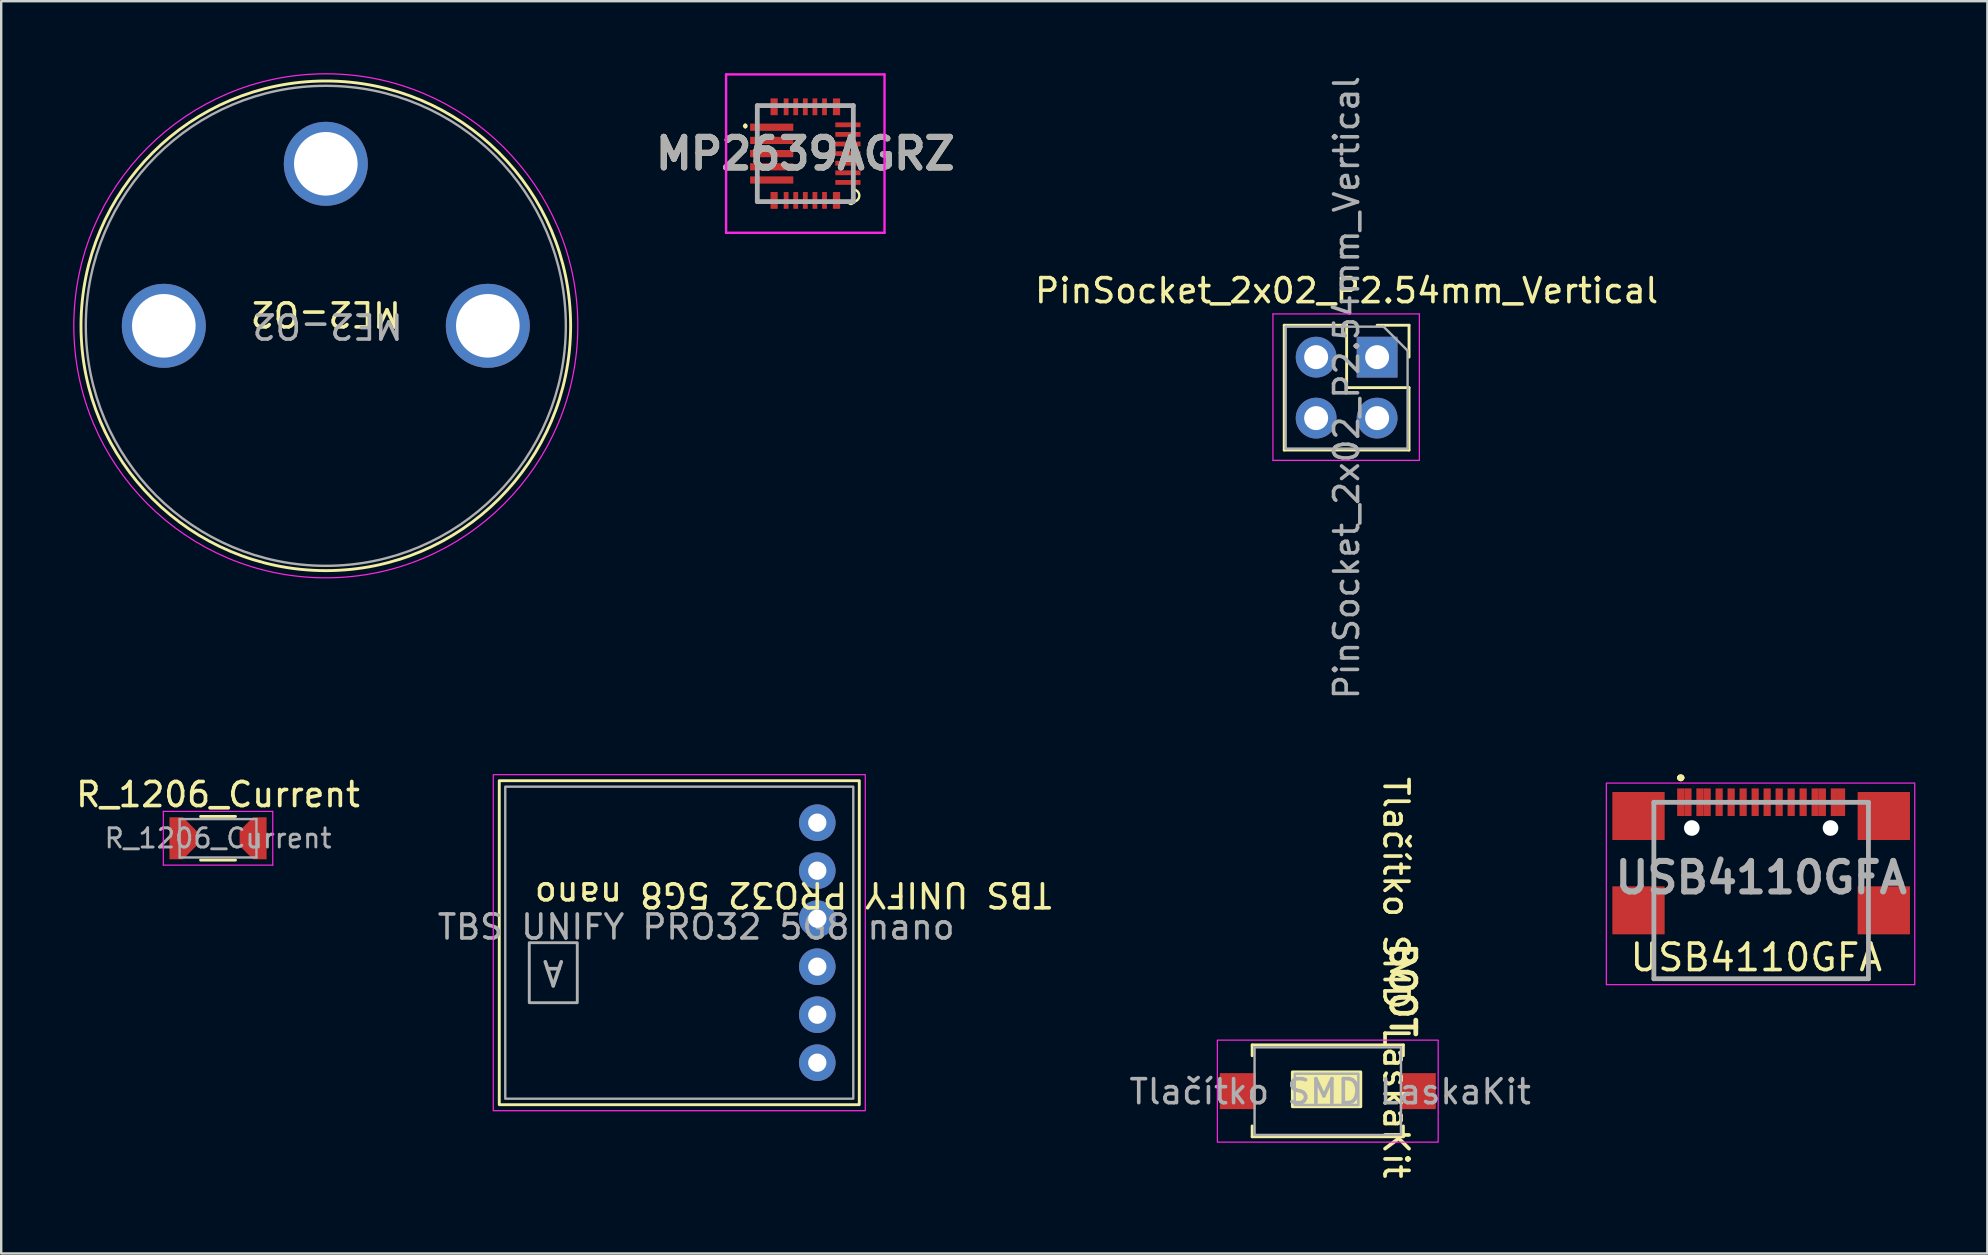
<source format=kicad_pcb>
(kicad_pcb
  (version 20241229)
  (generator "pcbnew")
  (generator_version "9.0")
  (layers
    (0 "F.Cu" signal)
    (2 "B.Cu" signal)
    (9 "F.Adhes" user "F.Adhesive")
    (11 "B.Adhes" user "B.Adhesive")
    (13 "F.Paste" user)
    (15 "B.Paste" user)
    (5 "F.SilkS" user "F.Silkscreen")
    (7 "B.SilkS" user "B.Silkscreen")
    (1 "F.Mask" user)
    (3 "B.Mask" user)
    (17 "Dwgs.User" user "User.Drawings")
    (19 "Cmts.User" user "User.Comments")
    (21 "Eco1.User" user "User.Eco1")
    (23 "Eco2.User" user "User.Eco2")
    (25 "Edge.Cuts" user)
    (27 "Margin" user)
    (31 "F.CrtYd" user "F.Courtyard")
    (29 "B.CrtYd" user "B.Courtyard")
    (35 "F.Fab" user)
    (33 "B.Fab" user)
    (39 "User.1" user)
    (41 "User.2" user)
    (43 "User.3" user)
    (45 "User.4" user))
  (footprint "USB4110GFA"
    (layer "F.Cu")
    (at 70.328 34.052)
    (property "Reference" "USB4110GFA" (at -0.203 2.791 0) (layer "F.SilkS") (effects (font (size 1.1 1.1) (thickness 0.153))))
    (attr through_hole)
    (fp_line (start -4.5 -1.5) (end -4.5 -0.75) (stroke (width 0.1) (type solid)) (layer "F.SilkS"))
    (fp_line (start -4.5 -0.75) (end -4.47 -0.75) (stroke (width 0.1) (type solid)) (layer "F.SilkS"))
    (fp_line (start -4.47 -1.5) (end -4.5 -1.5) (stroke (width 0.1) (type solid)) (layer "F.SilkS"))
    (fp_line (start -4.47 -0.75) (end -4.47 -1.5) (stroke (width 0.1) (type solid)) (layer "F.SilkS"))
    (fp_line (start -4.47 2.5) (end -4.47 2.5) (stroke (width 0.1) (type solid)) (layer "F.SilkS"))
    (fp_line (start -4.47 2.5) (end -4.47 3.677) (stroke (width 0.1) (type solid)) (layer "F.SilkS"))
    (fp_line (start -4.47 3.677) (end -4.47 2.5) (stroke (width 0.1) (type solid)) (layer "F.SilkS"))
    (fp_line (start -4.47 3.677) (end -4.47 3.677) (stroke (width 0.1) (type solid)) (layer "F.SilkS"))
    (fp_line (start -4.47 3.677) (end -4.47 3.677) (stroke (width 0.1) (type solid)) (layer "F.SilkS"))
    (fp_line (start -4.47 3.677) (end 4.47 3.677) (stroke (width 0.1) (type solid)) (layer "F.SilkS"))
    (fp_line (start -3.4 -4.7) (end -3.4 -4.7) (stroke (width 0.2) (type solid)) (layer "F.SilkS"))
    (fp_line (start -3.4 -4.7) (end -3.4 -4.7) (stroke (width 0.2) (type solid)) (layer "F.SilkS"))
    (fp_line (start -3.3 -4.7) (end -3.3 -4.7) (stroke (width 0.2) (type solid)) (layer "F.SilkS"))
    (fp_line (start 4.47 -1.75) (end 4.47 -1.75) (stroke (width 0.1) (type solid)) (layer "F.SilkS"))
    (fp_line (start 4.47 -1.75) (end 4.47 -0.75) (stroke (width 0.1) (type solid)) (layer "F.SilkS"))
    (fp_line (start 4.47 -0.75) (end 4.47 -1.75) (stroke (width 0.1) (type solid)) (layer "F.SilkS"))
    (fp_line (start 4.47 -0.75) (end 4.47 -0.75) (stroke (width 0.1) (type solid)) (layer "F.SilkS"))
    (fp_line (start 4.47 2.25) (end 4.47 2.25) (stroke (width 0.1) (type solid)) (layer "F.SilkS"))
    (fp_line (start 4.47 2.25) (end 4.47 3.677) (stroke (width 0.1) (type solid)) (layer "F.SilkS"))
    (fp_line (start 4.47 3.677) (end -4.47 3.677) (stroke (width 0.1) (type solid)) (layer "F.SilkS"))
    (fp_line (start 4.47 3.677) (end 4.47 2.25) (stroke (width 0.1) (type solid)) (layer "F.SilkS"))
    (fp_line (start 4.47 3.677) (end 4.47 3.677) (stroke (width 0.1) (type solid)) (layer "F.SilkS"))
    (fp_line (start 4.47 3.677) (end 4.47 3.677) (stroke (width 0.1) (type solid)) (layer "F.SilkS"))
    (fp_arc (start -3.4 -4.7) (mid -3.35 -4.75) (end -3.3 -4.7) (stroke (width 0.2) (type solid)) (layer "F.SilkS"))
    (fp_arc (start -3.3 -4.7) (mid -3.35 -4.65) (end -3.4 -4.7) (stroke (width 0.2) (type solid)) (layer "F.SilkS"))
    (fp_arc (start -3.3 -4.7) (mid -3.35 -4.65) (end -3.4 -4.7) (stroke (width 0.2) (type solid)) (layer "F.SilkS"))
    (fp_rect (start -6.45 -4.475) (end 6.4 3.925) (stroke (width 0.05) (type solid)) (fill no) (layer "F.CrtYd"))
    (fp_line (start -4.47 -3.673) (end -4.47 3.677) (stroke (width 0.2) (type solid)) (layer "F.Fab"))
    (fp_line (start -4.47 3.677) (end 4.47 3.677) (stroke (width 0.2) (type solid)) (layer "F.Fab"))
    (fp_line (start 4.47 -3.673) (end -4.47 -3.673) (stroke (width 0.2) (type solid)) (layer "F.Fab"))
    (fp_line (start 4.47 3.677) (end 4.47 -3.673) (stroke (width 0.2) (type solid)) (layer "F.Fab"))
    (fp_text user "${REFERENCE}" (at 0 -0.536 0) (layer "F.Fab") (effects (font (size 1.27 1.27) (thickness 0.254))))
    (pad "" np_thru_hole circle (at -2.89 -2.603) (size 0.65 0.65) (drill 0.65) (layers "*.Cu" "*.Mask"))
    (pad "" np_thru_hole circle (at 2.89 -2.603) (size 0.65 0.65) (drill 0.65) (layers "*.Cu" "*.Mask"))
    (pad "A1" smd rect (at -3.35 -3.678) (size 0.3 1.15) (layers "F.Cu" "F.Mask" "F.Paste"))
    (pad "A4" smd rect (at -2.55 -3.678) (size 0.3 1.15) (layers "F.Cu" "F.Mask" "F.Paste"))
    (pad "A5" smd rect (at -1.25 -3.678) (size 0.3 1.15) (layers "F.Cu" "F.Mask" "F.Paste"))
    (pad "A6" smd rect (at -0.25 -3.678) (size 0.3 1.15) (layers "F.Cu" "F.Mask" "F.Paste"))
    (pad "A7" smd rect (at 0.25 -3.678) (size 0.3 1.15) (layers "F.Cu" "F.Mask" "F.Paste"))
    (pad "A8" smd rect (at 1.25 -3.678) (size 0.3 1.15) (layers "F.Cu" "F.Mask" "F.Paste"))
    (pad "A9" smd rect (at 2.55 -3.678) (size 0.3 1.15) (layers "F.Cu" "F.Mask" "F.Paste"))
    (pad "A12" smd rect (at 3.35 -3.678) (size 0.3 1.15) (layers "F.Cu" "F.Mask" "F.Paste"))
    (pad "B1" smd rect (at 3.05 -3.678) (size 0.3 1.15) (layers "F.Cu" "F.Mask" "F.Paste"))
    (pad "B4" smd rect (at 2.25 -3.678) (size 0.3 1.15) (layers "F.Cu" "F.Mask" "F.Paste"))
    (pad "B5" smd rect (at 1.75 -3.678) (size 0.3 1.15) (layers "F.Cu" "F.Mask" "F.Paste"))
    (pad "B6" smd rect (at 0.75 -3.678) (size 0.3 1.15) (layers "F.Cu" "F.Mask" "F.Paste"))
    (pad "B7" smd rect (at -0.75 -3.678) (size 0.3 1.15) (layers "F.Cu" "F.Mask" "F.Paste"))
    (pad "B8" smd rect (at -1.75 -3.678) (size 0.3 1.15) (layers "F.Cu" "F.Mask" "F.Paste"))
    (pad "B9" smd rect (at -2.25 -3.678) (size 0.3 1.15) (layers "F.Cu" "F.Mask" "F.Paste"))
    (pad "B12" smd rect (at -3.05 -3.678) (size 0.3 1.15) (layers "F.Cu" "F.Mask" "F.Paste"))
    (pad "S1" smd rect (at -5.11 -3.103 90) (size 2 2.18) (layers "F.Cu" "F.Mask" "F.Paste"))
    (pad "S1" smd rect (at -5.11 0.827 90) (size 2 2.18) (layers "F.Cu" "F.Mask" "F.Paste"))
    (pad "S1" smd rect (at 5.11 -3.103 90) (size 2 2.18) (layers "F.Cu" "F.Mask" "F.Paste"))
    (pad "S1" smd rect (at 5.11 0.827 90) (size 2 2.18) (layers "F.Cu" "F.Mask" "F.Paste")))
  (footprint "PinSocket_2x02_P2.54mm_Vertical"
    (layer "F.Cu")
    (at 54.327 11.831)
    (property "Reference" "PinSocket_2x02_P2.54mm_Vertical" (at -1.27 -2.77 180) (layer "F.SilkS") (effects (font (size 1 1) (thickness 0.15))))
    (attr through_hole)
    (fp_line (start -3.87 -1.33) (end -3.87 3.87) (stroke (width 0.12) (type solid)) (layer "F.SilkS"))
    (fp_line (start -3.87 -1.33) (end -1.27 -1.33) (stroke (width 0.12) (type solid)) (layer "F.SilkS"))
    (fp_line (start -3.87 3.87) (end 1.33 3.87) (stroke (width 0.12) (type solid)) (layer "F.SilkS"))
    (fp_line (start -1.27 -1.33) (end -1.27 1.27) (stroke (width 0.12) (type solid)) (layer "F.SilkS"))
    (fp_line (start -1.27 1.27) (end 1.33 1.27) (stroke (width 0.12) (type solid)) (layer "F.SilkS"))
    (fp_line (start 0 -1.33) (end 1.33 -1.33) (stroke (width 0.12) (type solid)) (layer "F.SilkS"))
    (fp_line (start 1.33 -1.33) (end 1.33 0) (stroke (width 0.12) (type solid)) (layer "F.SilkS"))
    (fp_line (start 1.33 1.27) (end 1.33 3.87) (stroke (width 0.12) (type solid)) (layer "F.SilkS"))
    (fp_line (start -4.34 -1.8) (end 1.76 -1.8) (stroke (width 0.05) (type solid)) (layer "F.CrtYd"))
    (fp_line (start -4.34 4.3) (end -4.34 -1.8) (stroke (width 0.05) (type solid)) (layer "F.CrtYd"))
    (fp_line (start 1.76 -1.8) (end 1.76 4.3) (stroke (width 0.05) (type solid)) (layer "F.CrtYd"))
    (fp_line (start 1.76 4.3) (end -4.34 4.3) (stroke (width 0.05) (type solid)) (layer "F.CrtYd"))
    (fp_line (start -3.81 -1.27) (end 0.27 -1.27) (stroke (width 0.1) (type solid)) (layer "F.Fab"))
    (fp_line (start -3.81 3.81) (end -3.81 -1.27) (stroke (width 0.1) (type solid)) (layer "F.Fab"))
    (fp_line (start 0.27 -1.27) (end 1.27 -0.27) (stroke (width 0.1) (type solid)) (layer "F.Fab"))
    (fp_line (start 1.27 -0.27) (end 1.27 3.81) (stroke (width 0.1) (type solid)) (layer "F.Fab"))
    (fp_line (start 1.27 3.81) (end -3.81 3.81) (stroke (width 0.1) (type solid)) (layer "F.Fab"))
    (fp_text user "${REFERENCE}" (at -1.27 1.27 270) (layer "F.Fab") (effects (font (size 1 1) (thickness 0.15))))
    (pad "1" thru_hole rect (at 0 0) (size 1.7 1.7) (drill 1) (layers "*.Cu" "*.Mask"))
    (pad "2" thru_hole oval (at -2.54 0) (size 1.7 1.7) (drill 1) (layers "*.Cu" "*.Mask"))
    (pad "3" thru_hole oval (at 0 2.54) (size 1.7 1.7) (drill 1) (layers "*.Cu" "*.Mask"))
    (pad "4" thru_hole oval (at -2.54 2.54) (size 1.7 1.7) (drill 1) (layers "*.Cu" "*.Mask")))
  (footprint "MP2639AGRZ"
    (layer "F.Cu")
    (at 30.503 3.35)
    (property "Reference" "MP2639AGRZ" (at 0 0 0) (layer "F.SilkS") (effects (font (size 1.27 1.27) (thickness 0.254))))
    (attr smd)
    (fp_line (start -2.5 -1.2) (end -2.5 -1.2) (stroke (width 0.1) (type solid)) (layer "F.SilkS"))
    (fp_line (start -2.5 -1.1) (end -2.5 -1.1) (stroke (width 0.1) (type solid)) (layer "F.SilkS"))
    (fp_line (start -2 -2) (end -1.8 -2) (stroke (width 0.1) (type solid)) (layer "F.SilkS"))
    (fp_line (start -2 -1.5) (end -2 -2) (stroke (width 0.1) (type solid)) (layer "F.SilkS"))
    (fp_line (start -2 1.5) (end -2 2) (stroke (width 0.1) (type solid)) (layer "F.SilkS"))
    (fp_line (start -2 2) (end -1.8 2) (stroke (width 0.1) (type solid)) (layer "F.SilkS"))
    (fp_line (start 1.8 2) (end 1.8 2) (stroke (width 0.1) (type solid)) (layer "F.SilkS"))
    (fp_line (start 2 -2) (end 1.8 -2) (stroke (width 0.1) (type solid)) (layer "F.SilkS"))
    (fp_line (start 2 -1.5) (end 2 -2) (stroke (width 0.1) (type solid)) (layer "F.SilkS"))
    (fp_line (start 2 2) (end 2 2) (stroke (width 0.1) (type solid)) (layer "F.SilkS"))
    (fp_arc (start -2.5 -1.2) (mid -2.45 -1.15) (end -2.5 -1.1) (stroke (width 0.1) (type solid)) (layer "F.SilkS"))
    (fp_arc (start -2.5 -1.1) (mid -2.55 -1.15) (end -2.5 -1.2) (stroke (width 0.1) (type solid)) (layer "F.SilkS"))
    (fp_arc (start 2 1.5) (mid 2.25 1.75) (end 2 2) (stroke (width 0.1) (type solid)) (layer "F.SilkS"))
    (fp_arc (start 2 2) (mid 1.9 2.1) (end 1.8 2) (stroke (width 0.1) (type solid)) (layer "F.SilkS"))
    (fp_line (start -3.3 -3.3) (end 3.3 -3.3) (stroke (width 0.1) (type solid)) (layer "F.CrtYd"))
    (fp_line (start -3.3 3.3) (end -3.3 -3.3) (stroke (width 0.1) (type solid)) (layer "F.CrtYd"))
    (fp_line (start 3.3 -3.3) (end 3.3 3.3) (stroke (width 0.1) (type solid)) (layer "F.CrtYd"))
    (fp_line (start 3.3 3.3) (end -3.3 3.3) (stroke (width 0.1) (type solid)) (layer "F.CrtYd"))
    (fp_line (start -2 -2) (end 2 -2) (stroke (width 0.2) (type solid)) (layer "F.Fab"))
    (fp_line (start -2 2) (end -2 -2) (stroke (width 0.2) (type solid)) (layer "F.Fab"))
    (fp_line (start 2 -2) (end 2 2) (stroke (width 0.2) (type solid)) (layer "F.Fab"))
    (fp_line (start 2 2) (end -2 2) (stroke (width 0.2) (type solid)) (layer "F.Fab"))
    (fp_text user "${REFERENCE}" (at 0 0 0) (layer "F.Fab") (effects (font (size 1.27 1.27) (thickness 0.254))))
    (pad "1" smd rect (at -1.4 -1.1 90) (size 0.3 1.8) (layers "F.Cu" "F.Mask" "F.Paste"))
    (pad "2" smd rect (at -1.4 -0.55 90) (size 0.3 1.8) (layers "F.Cu" "F.Mask" "F.Paste"))
    (pad "3" smd rect (at -1.4 0 90) (size 0.3 1.8) (layers "F.Cu" "F.Mask" "F.Paste"))
    (pad "4" smd rect (at -1.4 0.55 90) (size 0.3 1.8) (layers "F.Cu" "F.Mask" "F.Paste"))
    (pad "5" smd rect (at -1.4 1.1 90) (size 0.3 1.8) (layers "F.Cu" "F.Mask" "F.Paste"))
    (pad "6" smd rect (at -1.3 1.95) (size 0.3 0.7) (layers "F.Cu" "F.Mask" "F.Paste"))
    (pad "7" smd rect (at -0.8 1.95) (size 0.2 0.7) (layers "F.Cu" "F.Mask" "F.Paste"))
    (pad "8" smd rect (at -0.4 1.95) (size 0.2 0.7) (layers "F.Cu" "F.Mask" "F.Paste"))
    (pad "9" smd rect (at 0 1.95) (size 0.2 0.7) (layers "F.Cu" "F.Mask" "F.Paste"))
    (pad "10" smd rect (at 0.4 1.95) (size 0.2 0.7) (layers "F.Cu" "F.Mask" "F.Paste"))
    (pad "11" smd rect (at 0.8 1.95) (size 0.2 0.7) (layers "F.Cu" "F.Mask" "F.Paste"))
    (pad "12" smd rect (at 1.3 1.95) (size 0.3 0.7) (layers "F.Cu" "F.Mask" "F.Paste"))
    (pad "13" smd rect (at 1.775 1.2 90) (size 0.2 1.05) (layers "F.Cu" "F.Mask" "F.Paste"))
    (pad "14" smd rect (at 1.775 0.8 90) (size 0.2 1.05) (layers "F.Cu" "F.Mask" "F.Paste"))
    (pad "15" smd rect (at 1.775 0.4 90) (size 0.2 1.05) (layers "F.Cu" "F.Mask" "F.Paste"))
    (pad "16" smd rect (at 1.775 0 90) (size 0.2 1.05) (layers "F.Cu" "F.Mask" "F.Paste"))
    (pad "17" smd rect (at 1.775 -0.4 90) (size 0.2 1.05) (layers "F.Cu" "F.Mask" "F.Paste"))
    (pad "18" smd rect (at 1.775 -0.8 90) (size 0.2 1.05) (layers "F.Cu" "F.Mask" "F.Paste"))
    (pad "19" smd rect (at 1.775 -1.2 90) (size 0.2 1.05) (layers "F.Cu" "F.Mask" "F.Paste"))
    (pad "20" smd rect (at 1.3 -1.95) (size 0.3 0.7) (layers "F.Cu" "F.Mask" "F.Paste"))
    (pad "21" smd rect (at 0.8 -1.95) (size 0.2 0.7) (layers "F.Cu" "F.Mask" "F.Paste"))
    (pad "22" smd rect (at 0.4 -1.95) (size 0.2 0.7) (layers "F.Cu" "F.Mask" "F.Paste"))
    (pad "23" smd rect (at 0 -1.95) (size 0.2 0.7) (layers "F.Cu" "F.Mask" "F.Paste"))
    (pad "24" smd rect (at -0.4 -1.95) (size 0.2 0.7) (layers "F.Cu" "F.Mask" "F.Paste"))
    (pad "25" smd rect (at -0.8 -1.95) (size 0.2 0.7) (layers "F.Cu" "F.Mask" "F.Paste"))
    (pad "26" smd rect (at -1.3 -1.95) (size 0.3 0.7) (layers "F.Cu" "F.Mask" "F.Paste")))
  (footprint "Tlačítko SMD LaskaKit"
    (layer "F.Cu")
    (at 52.221 42.337)
    (property "Reference" "Tlačítko SMD LaskaKit" (at 2.891 -4.648 270) (unlocked yes) (layer "F.SilkS") (effects (font (size 1 1) (thickness 0.153))))
    (attr smd)
    (fp_line (start -3.1 -1.85) (end -3.1 -1.4) (stroke (width 0.12) (type solid)) (layer "F.SilkS"))
    (fp_line (start -3.1 1.525) (end -3.1 1.975) (stroke (width 0.12) (type solid)) (layer "F.SilkS"))
    (fp_line (start 3.2 -1.85) (end -3.1 -1.85) (stroke (width 0.12) (type solid)) (layer "F.SilkS"))
    (fp_line (start 3.2 -1.4) (end 3.2 -1.85) (stroke (width 0.12) (type solid)) (layer "F.SilkS"))
    (fp_line (start 3.2 1.525) (end 3.2 1.975) (stroke (width 0.12) (type solid)) (layer "F.SilkS"))
    (fp_line (start 3.2 1.975) (end -3.1 1.975) (stroke (width 0.12) (type solid)) (layer "F.SilkS"))
    (fp_rect (start -1.425 -0.725) (end 1.425 0.725) (stroke (width 0.12) (type solid)) (fill yes) (layer "F.SilkS"))
    (fp_rect (start -4.55 -2.05) (end 4.65 2.2) (stroke (width 0.05) (type solid)) (fill no) (layer "F.CrtYd"))
    (fp_rect (start -3 -1.75) (end 3.1 1.9) (stroke (width 0.1) (type solid)) (fill no) (layer "F.Fab"))
    (fp_rect (start -1.325 -0.65) (end 1.325 0.65) (stroke (width 0.1) (type solid)) (fill no) (layer "F.Fab"))
    (fp_text user "BOOT" (at 3.17 -2.083 270) (unlocked yes) (layer "F.SilkS") (effects (font (size 1 1) (thickness 0.2)) (justify right)))
    (fp_text user "${REFERENCE}" (at 0.15 0.1 0) (unlocked yes) (layer "F.Fab") (effects (font (size 1 1) (thickness 0.15))))
    (pad "1" smd rect (at -3.7 0.075 90) (size 1.5 1.5) (layers "F.Cu" "F.Mask" "F.Paste"))
    (pad "2" smd rect (at 3.8 0.075 90) (size 1.5 1.5) (layers "F.Cu" "F.Mask" "F.Paste")))
  (footprint "TBS UNIFY PRO32 5G8 nano"
    (layer "F.Cu")
    (at 25.502 36.227)
    (property "Reference" "TBS UNIFY PRO32 5G8 nano" (at 4.5 -2 180) (unlocked yes) (layer "F.SilkS") (effects (font (size 1 1) (thickness 0.15))))
    (attr through_hole)
    (fp_rect (start -7.75 -6.75) (end 7.25 6.75) (stroke (width 0.12) (type solid)) (fill no) (layer "F.SilkS"))
    (fp_rect (start 7.5 -7) (end -8 7) (stroke (width 0.05) (type solid)) (fill no) (layer "F.CrtYd"))
    (fp_rect (start -7.5 -6.5) (end 7 6.5) (stroke (width 0.1) (type solid)) (fill no) (layer "F.Fab"))
    (fp_rect (start -6.5 0) (end -4.5 2.5) (stroke (width 0.12) (type solid)) (fill no) (layer "F.Fab"))
    (fp_text user "${REFERENCE}" (at 0.454 -0.653 0) (unlocked yes) (layer "F.Fab") (effects (font (size 1 1) (thickness 0.15))))
    (fp_text user "A" (at -5.5 1.25 180) (unlocked yes) (layer "F.Fab") (effects (font (size 1 1) (thickness 0.15))))
    (pad "1" thru_hole circle (at 5.5 -5) (size 1.524 1.524) (drill 0.762) (layers "*.Cu" "*.Mask"))
    (pad "2" thru_hole circle (at 5.5 -3) (size 1.524 1.524) (drill 0.762) (layers "*.Cu" "*.Mask"))
    (pad "3" thru_hole circle (at 5.5 -1) (size 1.524 1.524) (drill 0.762) (layers "*.Cu" "*.Mask"))
    (pad "4" thru_hole circle (at 5.5 1) (size 1.524 1.524) (drill 0.762) (layers "*.Cu" "*.Mask"))
    (pad "5" thru_hole circle (at 5.5 3) (size 1.524 1.524) (drill 0.762) (layers "*.Cu" "*.Mask"))
    (pad "6" thru_hole circle (at 5.5 5) (size 1.524 1.524) (drill 0.762) (layers "*.Cu" "*.Mask")))
  (footprint "ME2-O2"
    (layer "F.Cu")
    (at 10.525 10.525)
    (property "Reference" "ME2-O2" (at 0 -0.5 180) (unlocked yes) (layer "F.SilkS") (effects (font (size 1 1) (thickness 0.15))))
    (fp_circle (center 0 0) (end 10.2 0) (stroke (width 0.12) (type solid)) (fill no) (layer "F.SilkS"))
    (fp_circle (center 0 0) (end 10.5 0) (stroke (width 0.05) (type solid)) (fill no) (layer "F.CrtYd"))
    (fp_circle (center 0 0) (end 10 0) (stroke (width 0.1) (type solid)) (fill no) (layer "F.Fab"))
    (fp_text user "${REFERENCE}" (at 0.076 0.005 180) (unlocked yes) (layer "F.Fab") (effects (font (size 1 1) (thickness 0.15))))
    (pad "1" thru_hole circle (at -6.75 0 180) (size 3.5 3.5) (drill 2.65) (layers "*.Cu" "*.Mask"))
    (pad "2" thru_hole circle (at 0 -6.75 180) (size 3.5 3.5) (drill 2.65) (layers "*.Cu" "*.Mask"))
    (pad "3" thru_hole circle (at 6.75 0 180) (size 3.5 3.5) (drill 2.65) (layers "*.Cu" "*.Mask")))
  (footprint "R_1206_Current"
    (layer "F.Cu")
    (at 6.034 31.876)
    (property "Reference" "R_1206_Current" (at 0 -1.82 0) (layer "F.SilkS") (effects (font (size 1 1) (thickness 0.153))))
    (attr smd)
    (fp_line (start -0.727 -0.91) (end 0.727 -0.91) (stroke (width 0.12) (type solid)) (layer "F.SilkS"))
    (fp_line (start -0.727 0.91) (end 0.727 0.91) (stroke (width 0.12) (type solid)) (layer "F.SilkS"))
    (fp_line (start -2.28 -1.12) (end 2.28 -1.12) (stroke (width 0.05) (type solid)) (layer "F.CrtYd"))
    (fp_line (start -2.28 1.12) (end -2.28 -1.12) (stroke (width 0.05) (type solid)) (layer "F.CrtYd"))
    (fp_line (start 2.28 -1.12) (end 2.28 1.12) (stroke (width 0.05) (type solid)) (layer "F.CrtYd"))
    (fp_line (start 2.28 1.12) (end -2.28 1.12) (stroke (width 0.05) (type solid)) (layer "F.CrtYd"))
    (fp_line (start -1.6 -0.8) (end 1.6 -0.8) (stroke (width 0.1) (type solid)) (layer "F.Fab"))
    (fp_line (start -1.6 0.8) (end -1.6 -0.8) (stroke (width 0.1) (type solid)) (layer "F.Fab"))
    (fp_line (start 1.6 -0.8) (end 1.6 0.8) (stroke (width 0.1) (type solid)) (layer "F.Fab"))
    (fp_line (start 1.6 0.8) (end -1.6 0.8) (stroke (width 0.1) (type solid)) (layer "F.Fab"))
    (fp_text user "${REFERENCE}" (at 0 0 0) (layer "F.Fab") (effects (font (size 0.8 0.8) (thickness 0.12))))
    (pad "1" smd roundrect (at -1.462 0) (size 1.125 1.75) (layers "F.Cu" "F.Mask" "F.Paste") (roundrect_rratio 0) (chamfer_ratio 0.5) (chamfer top_right bottom_right))
    (pad "2" smd roundrect (at 1.462 0) (size 1.125 1.75) (layers "F.Cu" "F.Mask" "F.Paste") (roundrect_rratio 0) (chamfer_ratio 0.5) (chamfer top_left bottom_left)))
  (gr_rect
    (start -3 -3)
    (end 79.753 49.176)
    (stroke (width 0.1) (type default))
    (fill no)
    (layer "Edge.Cuts")))
</source>
